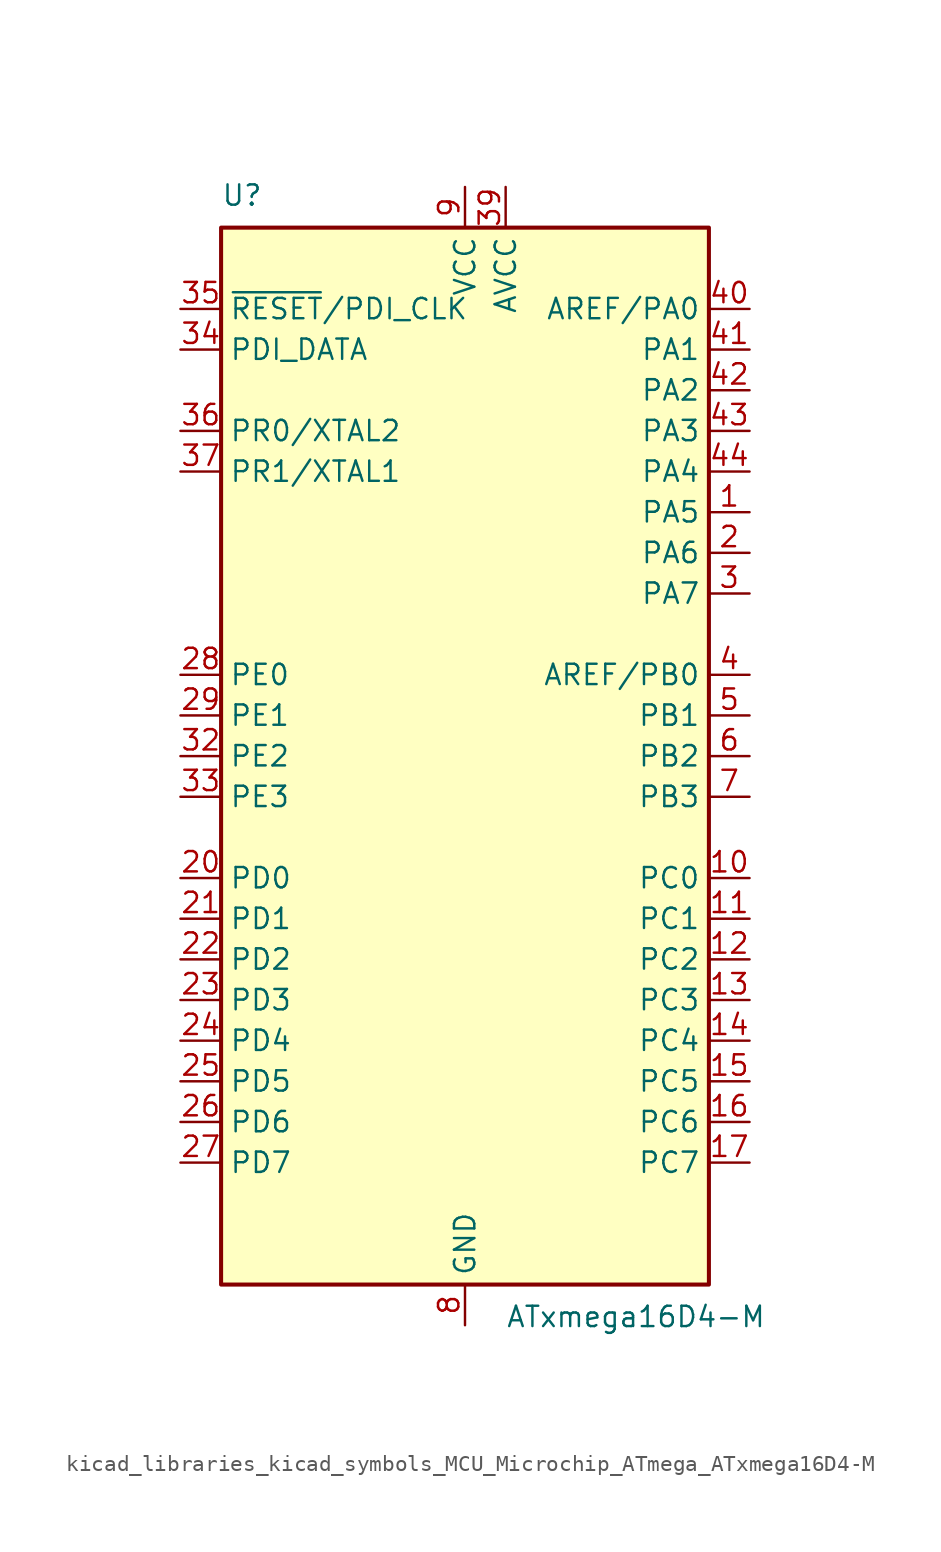
<source format=kicad_sym>
(kicad_symbol_lib
  (version 20220914)
  (generator kicad_symbol_editor)
  (symbol "kicad_libraries_kicad_symbols_MCU_Microchip_ATmega_ATxmega16D4-M"
    (property "Reference" "U"
      (at -15.24 34.29 0)
      (effects (font (size 1.27 1.27)) (justify left bottom)))
    (property "Value" "ATxmega16D4-M"
      (at 2.54 -34.29 0)
      (effects (font (size 1.27 1.27)) (justify left top)))
    (symbol "kicad_libraries_kicad_symbols_MCU_Microchip_ATmega_ATxmega16D4-M_0_1"
      (rectangle (start -15.24 -33.02) (end 15.24 33.02) (stroke (width 0.254) (type default)) (fill (type background))))
    (symbol "kicad_libraries_kicad_symbols_MCU_Microchip_ATmega_ATxmega16D4-M_1_1"
      (pin bidirectional line (at 17.78 15.24 180) (length 2.54) (name "PA5" (effects (font (size 1.27 1.27)))) (number "1" (effects (font (size 1.27 1.27)))))
      (pin bidirectional line (at 17.78 -7.62 180) (length 2.54) (name "PC0" (effects (font (size 1.27 1.27)))) (number "10" (effects (font (size 1.27 1.27)))))
      (pin bidirectional line (at 17.78 -10.16 180) (length 2.54) (name "PC1" (effects (font (size 1.27 1.27)))) (number "11" (effects (font (size 1.27 1.27)))))
      (pin bidirectional line (at 17.78 -12.7 180) (length 2.54) (name "PC2" (effects (font (size 1.27 1.27)))) (number "12" (effects (font (size 1.27 1.27)))))
      (pin bidirectional line (at 17.78 -15.24 180) (length 2.54) (name "PC3" (effects (font (size 1.27 1.27)))) (number "13" (effects (font (size 1.27 1.27)))))
      (pin bidirectional line (at 17.78 -17.78 180) (length 2.54) (name "PC4" (effects (font (size 1.27 1.27)))) (number "14" (effects (font (size 1.27 1.27)))))
      (pin bidirectional line (at 17.78 -20.32 180) (length 2.54) (name "PC5" (effects (font (size 1.27 1.27)))) (number "15" (effects (font (size 1.27 1.27)))))
      (pin bidirectional line (at 17.78 -22.86 180) (length 2.54) (name "PC6" (effects (font (size 1.27 1.27)))) (number "16" (effects (font (size 1.27 1.27)))))
      (pin bidirectional line (at 17.78 -25.4 180) (length 2.54) (name "PC7" (effects (font (size 1.27 1.27)))) (number "17" (effects (font (size 1.27 1.27)))))
      (pin passive line (at 0 -35.56 90) (length 2.54) hide (name "GND" (effects (font (size 1.27 1.27)))) (number "18" (effects (font (size 1.27 1.27)))))
      (pin passive line (at 0 35.56 270) (length 2.54) hide (name "VCC" (effects (font (size 1.27 1.27)))) (number "19" (effects (font (size 1.27 1.27)))))
      (pin bidirectional line (at 17.78 12.7 180) (length 2.54) (name "PA6" (effects (font (size 1.27 1.27)))) (number "2" (effects (font (size 1.27 1.27)))))
      (pin bidirectional line (at -17.78 -7.62 0) (length 2.54) (name "PD0" (effects (font (size 1.27 1.27)))) (number "20" (effects (font (size 1.27 1.27)))))
      (pin bidirectional line (at -17.78 -10.16 0) (length 2.54) (name "PD1" (effects (font (size 1.27 1.27)))) (number "21" (effects (font (size 1.27 1.27)))))
      (pin bidirectional line (at -17.78 -12.7 0) (length 2.54) (name "PD2" (effects (font (size 1.27 1.27)))) (number "22" (effects (font (size 1.27 1.27)))))
      (pin bidirectional line (at -17.78 -15.24 0) (length 2.54) (name "PD3" (effects (font (size 1.27 1.27)))) (number "23" (effects (font (size 1.27 1.27)))))
      (pin bidirectional line (at -17.78 -17.78 0) (length 2.54) (name "PD4" (effects (font (size 1.27 1.27)))) (number "24" (effects (font (size 1.27 1.27)))))
      (pin bidirectional line (at -17.78 -20.32 0) (length 2.54) (name "PD5" (effects (font (size 1.27 1.27)))) (number "25" (effects (font (size 1.27 1.27)))))
      (pin bidirectional line (at -17.78 -22.86 0) (length 2.54) (name "PD6" (effects (font (size 1.27 1.27)))) (number "26" (effects (font (size 1.27 1.27)))))
      (pin bidirectional line (at -17.78 -25.4 0) (length 2.54) (name "PD7" (effects (font (size 1.27 1.27)))) (number "27" (effects (font (size 1.27 1.27)))))
      (pin bidirectional line (at -17.78 5.08 0) (length 2.54) (name "PE0" (effects (font (size 1.27 1.27)))) (number "28" (effects (font (size 1.27 1.27)))))
      (pin bidirectional line (at -17.78 2.54 0) (length 2.54) (name "PE1" (effects (font (size 1.27 1.27)))) (number "29" (effects (font (size 1.27 1.27)))))
      (pin bidirectional line (at 17.78 10.16 180) (length 2.54) (name "PA7" (effects (font (size 1.27 1.27)))) (number "3" (effects (font (size 1.27 1.27)))))
      (pin passive line (at 0 -35.56 90) (length 2.54) hide (name "GND" (effects (font (size 1.27 1.27)))) (number "30" (effects (font (size 1.27 1.27)))))
      (pin passive line (at 0 35.56 270) (length 2.54) hide (name "VCC" (effects (font (size 1.27 1.27)))) (number "31" (effects (font (size 1.27 1.27)))))
      (pin bidirectional line (at -17.78 0 0) (length 2.54) (name "PE2" (effects (font (size 1.27 1.27)))) (number "32" (effects (font (size 1.27 1.27)))))
      (pin bidirectional line (at -17.78 -2.54 0) (length 2.54) (name "PE3" (effects (font (size 1.27 1.27)))) (number "33" (effects (font (size 1.27 1.27)))))
      (pin bidirectional line (at -17.78 25.4 0) (length 2.54) (name "PDI_DATA" (effects (font (size 1.27 1.27)))) (number "34" (effects (font (size 1.27 1.27)))))
      (pin input line (at -17.78 27.94 0) (length 2.54) (name "~{RESET}/PDI_CLK" (effects (font (size 1.27 1.27)))) (number "35" (effects (font (size 1.27 1.27)))))
      (pin bidirectional line (at -17.78 20.32 0) (length 2.54) (name "PR0/XTAL2" (effects (font (size 1.27 1.27)))) (number "36" (effects (font (size 1.27 1.27)))))
      (pin bidirectional line (at -17.78 17.78 0) (length 2.54) (name "PR1/XTAL1" (effects (font (size 1.27 1.27)))) (number "37" (effects (font (size 1.27 1.27)))))
      (pin passive line (at 0 -35.56 90) (length 2.54) hide (name "GND" (effects (font (size 1.27 1.27)))) (number "38" (effects (font (size 1.27 1.27)))))
      (pin power_in line (at 2.54 35.56 270) (length 2.54) (name "AVCC" (effects (font (size 1.27 1.27)))) (number "39" (effects (font (size 1.27 1.27)))))
      (pin bidirectional line (at 17.78 5.08 180) (length 2.54) (name "AREF/PB0" (effects (font (size 1.27 1.27)))) (number "4" (effects (font (size 1.27 1.27)))))
      (pin bidirectional line (at 17.78 27.94 180) (length 2.54) (name "AREF/PA0" (effects (font (size 1.27 1.27)))) (number "40" (effects (font (size 1.27 1.27)))))
      (pin bidirectional line (at 17.78 25.4 180) (length 2.54) (name "PA1" (effects (font (size 1.27 1.27)))) (number "41" (effects (font (size 1.27 1.27)))))
      (pin bidirectional line (at 17.78 22.86 180) (length 2.54) (name "PA2" (effects (font (size 1.27 1.27)))) (number "42" (effects (font (size 1.27 1.27)))))
      (pin bidirectional line (at 17.78 20.32 180) (length 2.54) (name "PA3" (effects (font (size 1.27 1.27)))) (number "43" (effects (font (size 1.27 1.27)))))
      (pin bidirectional line (at 17.78 17.78 180) (length 2.54) (name "PA4" (effects (font (size 1.27 1.27)))) (number "44" (effects (font (size 1.27 1.27)))))
      (pin passive line (at 0 -35.56 90) (length 2.54) hide (name "GND" (effects (font (size 1.27 1.27)))) (number "45" (effects (font (size 1.27 1.27)))))
      (pin bidirectional line (at 17.78 2.54 180) (length 2.54) (name "PB1" (effects (font (size 1.27 1.27)))) (number "5" (effects (font (size 1.27 1.27)))))
      (pin bidirectional line (at 17.78 0 180) (length 2.54) (name "PB2" (effects (font (size 1.27 1.27)))) (number "6" (effects (font (size 1.27 1.27)))))
      (pin bidirectional line (at 17.78 -2.54 180) (length 2.54) (name "PB3" (effects (font (size 1.27 1.27)))) (number "7" (effects (font (size 1.27 1.27)))))
      (pin power_in line (at 0 -35.56 90) (length 2.54) (name "GND" (effects (font (size 1.27 1.27)))) (number "8" (effects (font (size 1.27 1.27)))))
      (pin power_in line (at 0 35.56 270) (length 2.54) (name "VCC" (effects (font (size 1.27 1.27)))) (number "9" (effects (font (size 1.27 1.27))))))))
</source>
